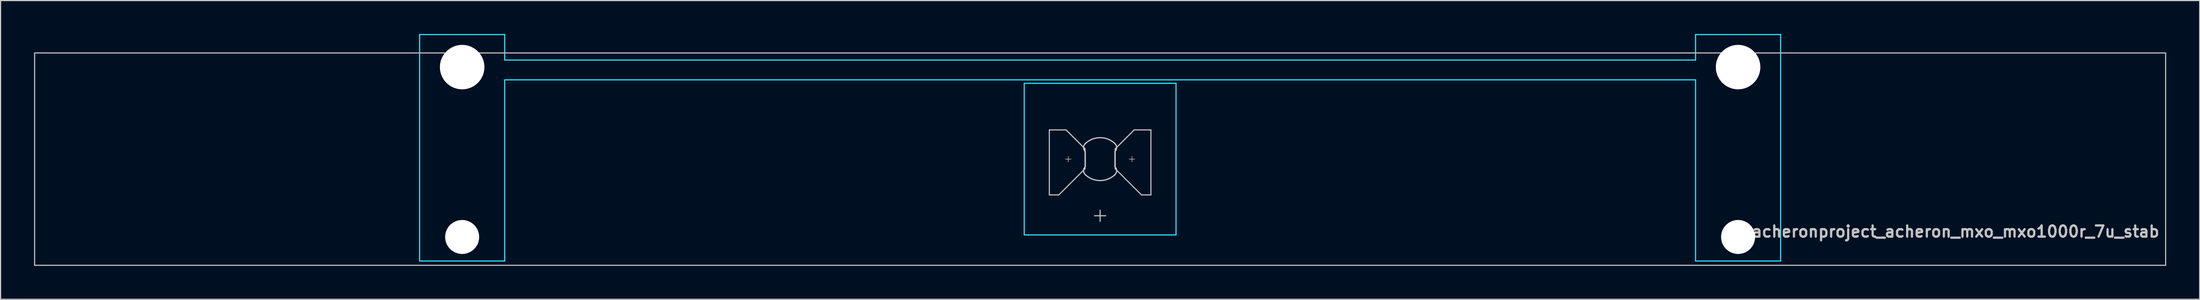
<source format=kicad_pcb>
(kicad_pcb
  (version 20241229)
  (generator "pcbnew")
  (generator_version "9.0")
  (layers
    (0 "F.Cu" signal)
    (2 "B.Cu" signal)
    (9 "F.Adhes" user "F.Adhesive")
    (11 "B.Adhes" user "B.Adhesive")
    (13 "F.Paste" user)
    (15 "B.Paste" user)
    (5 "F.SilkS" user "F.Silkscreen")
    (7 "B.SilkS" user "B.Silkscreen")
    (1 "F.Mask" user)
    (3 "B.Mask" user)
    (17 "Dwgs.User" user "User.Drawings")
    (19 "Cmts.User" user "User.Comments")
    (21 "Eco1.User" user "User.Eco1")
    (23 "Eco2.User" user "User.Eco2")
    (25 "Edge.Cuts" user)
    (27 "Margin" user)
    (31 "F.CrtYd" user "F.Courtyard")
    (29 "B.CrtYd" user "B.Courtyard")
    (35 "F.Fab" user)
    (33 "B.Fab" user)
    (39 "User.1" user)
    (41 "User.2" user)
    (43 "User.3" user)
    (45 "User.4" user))
  (footprint "acheronproject_acheron_mxo_mxo1000r_7u_stab"
    (layer "F.Cu")
    (at 95.5 11.226)
    (property "Reference" "acheronproject_acheron_mxo_mxo1000r_7u_stab" (at 95 6.5 0) (unlocked yes) (layer "Dwgs.User") (effects (font (size 1 1) (thickness 0.2)) (justify right)))
    (attr smd)
    (fp_line (start -95.45 -9.525) (end -95.45 9.525) (stroke (width 0.1) (type solid)) (layer "Dwgs.User"))
    (fp_line (start -95.45 -9.525) (end 95.45 -9.525) (stroke (width 0.1) (type solid)) (layer "Dwgs.User"))
    (fp_line (start -95.45 9.525) (end 95.45 9.525) (stroke (width 0.1) (type solid)) (layer "Dwgs.User"))
    (fp_line (start -4.55 -2.62) (end -3.05 -2.62) (stroke (width 0.1) (type solid)) (layer "Dwgs.User"))
    (fp_line (start -4.55 3.21) (end -4.55 -2.62) (stroke (width 0.1) (type solid)) (layer "Dwgs.User"))
    (fp_line (start -3.7 3.21) (end -4.55 3.21) (stroke (width 0.1) (type solid)) (layer "Dwgs.User"))
    (fp_line (start -3.103 0) (end -2.603 0) (stroke (width 0.05) (type solid)) (layer "Dwgs.User"))
    (fp_line (start -3.05 -2.62) (end -1.35 -0.92) (stroke (width 0.1) (type solid)) (layer "Dwgs.User"))
    (fp_line (start -2.853 -0.25) (end -2.853 0.25) (stroke (width 0.05) (type solid)) (layer "Dwgs.User"))
    (fp_line (start -1.35 -0.92) (end -1.35 0.86) (stroke (width 0.1) (type solid)) (layer "Dwgs.User"))
    (fp_line (start -1.35 0.86) (end -3.7 3.21) (stroke (width 0.1) (type solid)) (layer "Dwgs.User"))
    (fp_line (start -0.5 5.08) (end 0.5 5.08) (stroke (width 0.1) (type solid)) (layer "Dwgs.User"))
    (fp_line (start 0 4.58) (end 0 5.58) (stroke (width 0.1) (type solid)) (layer "Dwgs.User"))
    (fp_line (start 1.35 -0.92) (end 1.35 0.86) (stroke (width 0.1) (type solid)) (layer "Dwgs.User"))
    (fp_line (start 1.35 0.86) (end 3.7 3.21) (stroke (width 0.1) (type solid)) (layer "Dwgs.User"))
    (fp_line (start 2.603 0) (end 3.103 0) (stroke (width 0.05) (type solid)) (layer "Dwgs.User"))
    (fp_line (start 2.853 -0.25) (end 2.853 0.25) (stroke (width 0.05) (type solid)) (layer "Dwgs.User"))
    (fp_line (start 3.05 -2.62) (end 1.35 -0.92) (stroke (width 0.1) (type solid)) (layer "Dwgs.User"))
    (fp_line (start 3.7 3.21) (end 4.55 3.21) (stroke (width 0.1) (type solid)) (layer "Dwgs.User"))
    (fp_line (start 4.55 -2.62) (end 3.05 -2.62) (stroke (width 0.1) (type solid)) (layer "Dwgs.User"))
    (fp_line (start 4.55 3.21) (end 4.55 -2.62) (stroke (width 0.1) (type solid)) (layer "Dwgs.User"))
    (fp_line (start 95.45 -9.525) (end 95.45 9.525) (stroke (width 0.1) (type solid)) (layer "Dwgs.User"))
    (fp_line (start -60.65 -8.515) (end -60.65 5.485) (stroke (width 0.1) (type solid)) (layer "Eco1.User"))
    (fp_line (start -60.15 -9.015) (end -54.15 -9.015) (stroke (width 0.1) (type solid)) (layer "Eco1.User"))
    (fp_line (start -54.15 5.985) (end -60.15 5.985) (stroke (width 0.1) (type solid)) (layer "Eco1.User"))
    (fp_line (start -53.65 5.485) (end -53.65 -8.515) (stroke (width 0.1) (type solid)) (layer "Eco1.User"))
    (fp_line (start -7 -6.5) (end -7 6.5) (stroke (width 0.1) (type solid)) (layer "Eco1.User"))
    (fp_line (start -6.5 7) (end 6.5 7) (stroke (width 0.1) (type solid)) (layer "Eco1.User"))
    (fp_line (start 6.5 -7) (end -6.5 -7) (stroke (width 0.1) (type solid)) (layer "Eco1.User"))
    (fp_line (start 7 6.5) (end 7 -6.5) (stroke (width 0.1) (type solid)) (layer "Eco1.User"))
    (fp_line (start 53.65 -8.515) (end 53.65 5.485) (stroke (width 0.1) (type solid)) (layer "Eco1.User"))
    (fp_line (start 54.15 -9.015) (end 60.15 -9.015) (stroke (width 0.1) (type solid)) (layer "Eco1.User"))
    (fp_line (start 60.15 5.985) (end 54.15 5.985) (stroke (width 0.1) (type solid)) (layer "Eco1.User"))
    (fp_line (start 60.65 5.485) (end 60.65 -8.515) (stroke (width 0.1) (type solid)) (layer "Eco1.User"))
    (fp_arc (start -60.65 -8.515) (mid -60.503553 -8.868553) (end -60.15 -9.015) (stroke (width 0.1) (type solid)) (layer "Eco1.User"))
    (fp_arc (start -60.15 5.985) (mid -60.503553 5.838553) (end -60.65 5.485) (stroke (width 0.1) (type solid)) (layer "Eco1.User"))
    (fp_arc (start -54.15 -9.015) (mid -53.796447 -8.868553) (end -53.65 -8.515) (stroke (width 0.1) (type solid)) (layer "Eco1.User"))
    (fp_arc (start -53.65 5.485) (mid -53.796447 5.838553) (end -54.15 5.985) (stroke (width 0.1) (type solid)) (layer "Eco1.User"))
    (fp_arc (start -7 -6.5) (mid -6.853553 -6.853553) (end -6.5 -7) (stroke (width 0.1) (type solid)) (layer "Eco1.User"))
    (fp_arc (start -6.5 7) (mid -6.853553 6.853553) (end -7 6.5) (stroke (width 0.1) (type solid)) (layer "Eco1.User"))
    (fp_arc (start 6.5 -7) (mid 6.853553 -6.853553) (end 7 -6.5) (stroke (width 0.1) (type solid)) (layer "Eco1.User"))
    (fp_arc (start 7 6.5) (mid 6.853553 6.853553) (end 6.5 7) (stroke (width 0.1) (type solid)) (layer "Eco1.User"))
    (fp_arc (start 53.65 -8.515) (mid 53.796447 -8.868553) (end 54.15 -9.015) (stroke (width 0.1) (type solid)) (layer "Eco1.User"))
    (fp_arc (start 54.15 5.985) (mid 53.796447 5.838553) (end 53.65 5.485) (stroke (width 0.1) (type solid)) (layer "Eco1.User"))
    (fp_arc (start 60.15 -9.015) (mid 60.503553 -8.868553) (end 60.65 -8.515) (stroke (width 0.1) (type solid)) (layer "Eco1.User"))
    (fp_arc (start 60.65 5.485) (mid 60.503553 5.838553) (end 60.15 5.985) (stroke (width 0.1) (type solid)) (layer "Eco1.User"))
    (fp_line (start -1.325 -0.671) (end -1.325 0.671) (stroke (width 0.1) (type solid)) (layer "Edge.Cuts"))
    (fp_line (start 1.325 0.671) (end 1.325 -0.671) (stroke (width 0.1) (type solid)) (layer "Edge.Cuts"))
    (fp_arc (start -1.325 -1.396424) (mid 0 -1.925) (end 1.325 -1.396424) (stroke (width 0.1) (type solid)) (layer "Edge.Cuts"))
    (fp_arc (start -1.325 -0.671009) (mid -1.480844 -1.033717) (end -1.325 -1.396424) (stroke (width 0.1) (type solid)) (layer "Edge.Cuts"))
    (fp_arc (start -1.325 1.396424) (mid -1.480844 1.033717) (end -1.325 0.671009) (stroke (width 0.1) (type solid)) (layer "Edge.Cuts"))
    (fp_arc (start 1.325 -1.396424) (mid 1.480844 -1.033717) (end 1.325 -0.671009) (stroke (width 0.1) (type solid)) (layer "Edge.Cuts"))
    (fp_arc (start 1.325 0.671009) (mid 1.480844 1.033717) (end 1.325 1.396424) (stroke (width 0.1) (type solid)) (layer "Edge.Cuts"))
    (fp_arc (start 1.325 1.396424) (mid 0 1.925) (end -1.325 1.396424) (stroke (width 0.1) (type solid)) (layer "Edge.Cuts"))
    (fp_line (start -60.96 9.144) (end -60.96 -11.176) (stroke (width 0.1) (type solid)) (layer "B.CrtYd"))
    (fp_line (start -53.34 -11.176) (end -60.96 -11.176) (stroke (width 0.1) (type solid)) (layer "B.CrtYd"))
    (fp_line (start -53.34 -8.89) (end -53.34 -11.176) (stroke (width 0.1) (type solid)) (layer "B.CrtYd"))
    (fp_line (start -53.34 -7.112) (end -53.34 9.144) (stroke (width 0.1) (type solid)) (layer "B.CrtYd"))
    (fp_line (start -53.34 9.144) (end -60.96 9.144) (stroke (width 0.1) (type solid)) (layer "B.CrtYd"))
    (fp_line (start -6.8 -6.8) (end -6.8 6.8) (stroke (width 0.1) (type solid)) (layer "B.CrtYd"))
    (fp_line (start -6.8 -6.8) (end 6.8 -6.8) (stroke (width 0.1) (type solid)) (layer "B.CrtYd"))
    (fp_line (start -6.8 6.8) (end 6.8 6.8) (stroke (width 0.1) (type solid)) (layer "B.CrtYd"))
    (fp_line (start 6.8 6.8) (end 6.8 -6.8) (stroke (width 0.1) (type solid)) (layer "B.CrtYd"))
    (fp_line (start 53.34 -8.89) (end -53.34 -8.89) (stroke (width 0.1) (type solid)) (layer "B.CrtYd"))
    (fp_line (start 53.34 -8.89) (end 53.34 -11.176) (stroke (width 0.1) (type solid)) (layer "B.CrtYd"))
    (fp_line (start 53.34 -7.112) (end -53.34 -7.112) (stroke (width 0.1) (type solid)) (layer "B.CrtYd"))
    (fp_line (start 53.34 -7.112) (end 53.34 9.144) (stroke (width 0.1) (type solid)) (layer "B.CrtYd"))
    (fp_line (start 60.96 -11.176) (end 53.34 -11.176) (stroke (width 0.1) (type solid)) (layer "B.CrtYd"))
    (fp_line (start 60.96 9.144) (end 53.34 9.144) (stroke (width 0.1) (type solid)) (layer "B.CrtYd"))
    (fp_line (start 60.96 9.144) (end 60.96 -11.176) (stroke (width 0.1) (type solid)) (layer "B.CrtYd"))
    (pad "" np_thru_hole circle (at -57.15 -8.255) (size 3.988 3.988) (drill 3.988) (layers "*.Cu" "*.Mask"))
    (pad "" np_thru_hole circle (at -57.15 6.985) (size 3.048 3.048) (drill 3.048) (layers "*.Cu" "*.Mask"))
    (pad "" np_thru_hole circle (at 57.15 -8.255) (size 3.988 3.988) (drill 3.988) (layers "*.Cu" "*.Mask"))
    (pad "" np_thru_hole circle (at 57.15 6.985) (size 3.048 3.048) (drill 3.048) (layers "*.Cu" "*.Mask")))
  (gr_rect
    (start -3 -3)
    (end 194 23.801)
    (stroke (width 0.1) (type default))
    (fill no)
    (layer "Edge.Cuts")))
</source>
